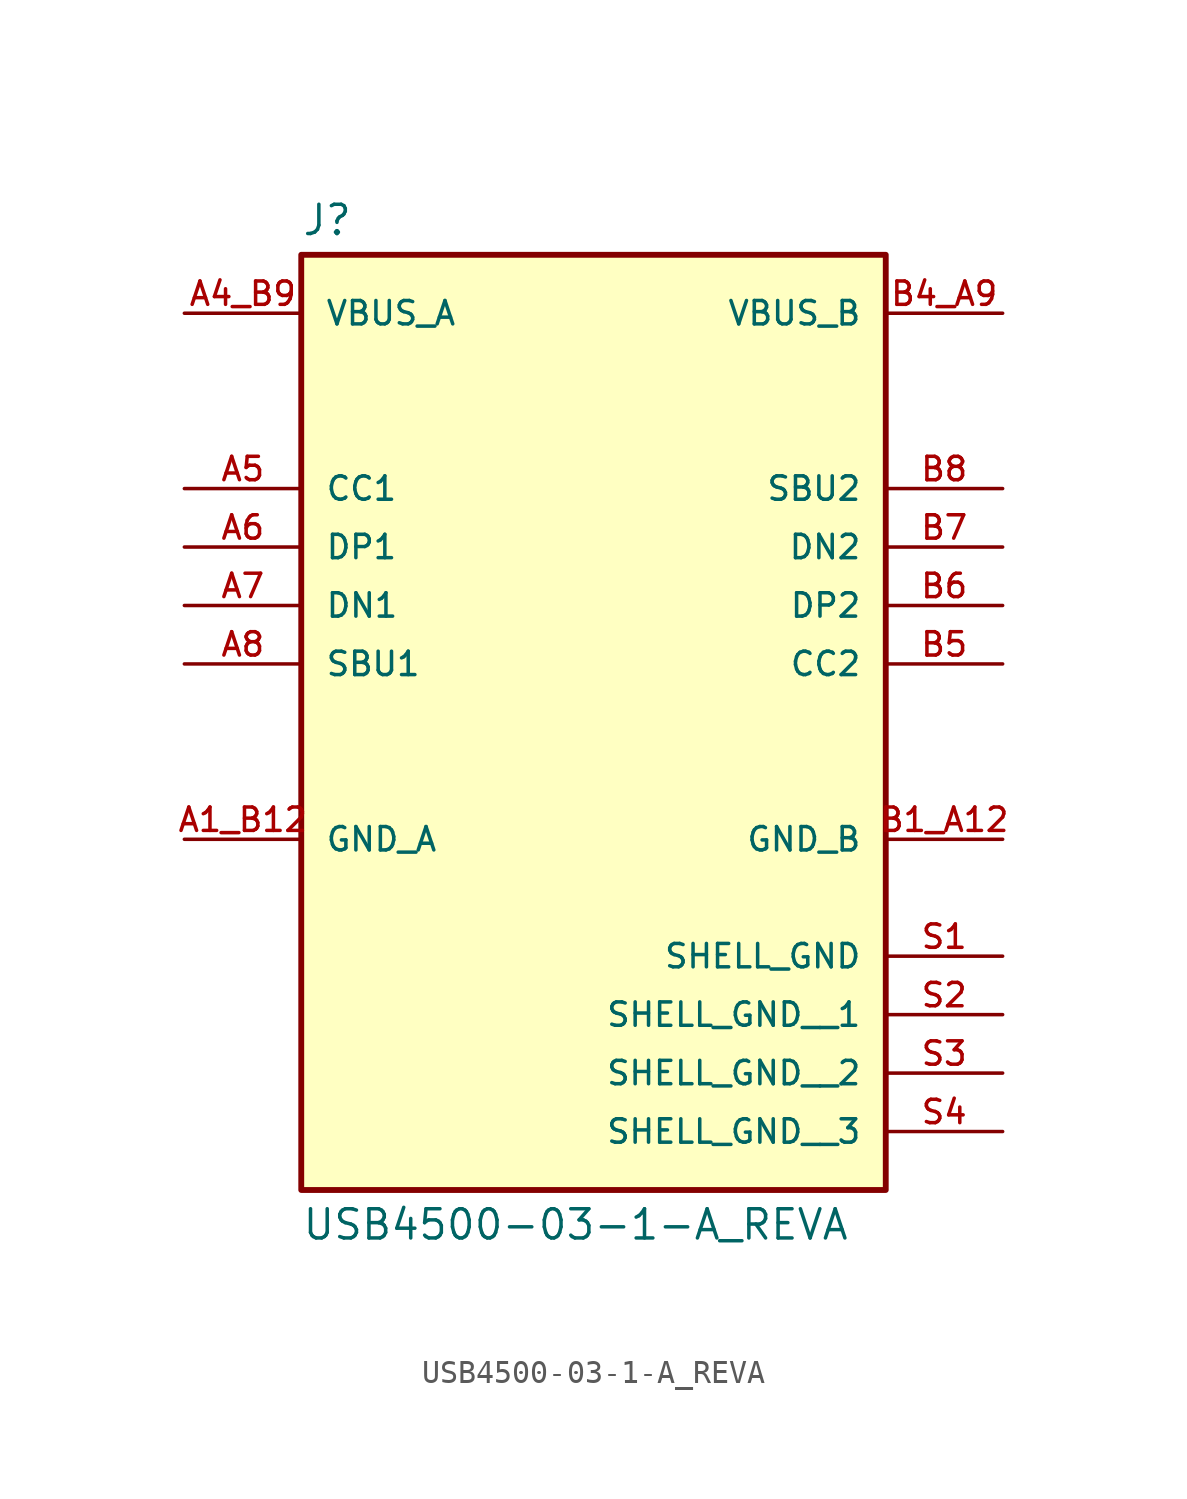
<source format=kicad_sym>
(kicad_symbol_lib
  (version 20211014)
  (generator kicad_symbol_editor)
  (symbol "USB4500-03-1-A_REVA"
    (pin_names
      (offset 1.016))
    (property "Reference" "J"
      (at -12.7 16.002 0)
      (effects (font (size 1.27 1.27)) (justify bottom left)))
    (property "Value" "USB4500-03-1-A_REVA"
      (at -12.7 -26.162 0.0)
      (effects (font (size 1.27 1.27)) (justify top left)))
    (symbol "USB4500-03-1-A_REVA_0_0"
      (rectangle (start -12.7 -25.4) (end 12.7 15.24) (stroke (width 0.254)) (fill (type background)))
      (pin power_in line (at -17.78 -10.16 0) (length 5.08) (name "GND_A" (effects (font (size 1.016 1.016)))) (number "A1_B12" (effects (font (size 1.016 1.016)))))
      (pin power_in line (at -17.78 12.7 0) (length 5.08) (name "VBUS_A" (effects (font (size 1.016 1.016)))) (number "A4_B9" (effects (font (size 1.016 1.016)))))
      (pin bidirectional line (at -17.78 2.54 0) (length 5.08) (name "DP1" (effects (font (size 1.016 1.016)))) (number "A6" (effects (font (size 1.016 1.016)))))
      (pin bidirectional line (at -17.78 5.08 0) (length 5.08) (name "CC1" (effects (font (size 1.016 1.016)))) (number "A5" (effects (font (size 1.016 1.016)))))
      (pin bidirectional line (at -17.78 -2.54 0) (length 5.08) (name "SBU1" (effects (font (size 1.016 1.016)))) (number "A8" (effects (font (size 1.016 1.016)))))
      (pin bidirectional line (at -17.78 0.0 0) (length 5.08) (name "DN1" (effects (font (size 1.016 1.016)))) (number "A7" (effects (font (size 1.016 1.016)))))
      (pin power_in line (at 17.78 -15.24 180.0) (length 5.08) (name "SHELL_GND" (effects (font (size 1.016 1.016)))) (number "S1" (effects (font (size 1.016 1.016)))))
      (pin power_in line (at 17.78 -10.16 180.0) (length 5.08) (name "GND_B" (effects (font (size 1.016 1.016)))) (number "B1_A12" (effects (font (size 1.016 1.016)))))
      (pin power_in line (at 17.78 12.7 180.0) (length 5.08) (name "VBUS_B" (effects (font (size 1.016 1.016)))) (number "B4_A9" (effects (font (size 1.016 1.016)))))
      (pin bidirectional line (at 17.78 0.0 180.0) (length 5.08) (name "DP2" (effects (font (size 1.016 1.016)))) (number "B6" (effects (font (size 1.016 1.016)))))
      (pin bidirectional line (at 17.78 -2.54 180.0) (length 5.08) (name "CC2" (effects (font (size 1.016 1.016)))) (number "B5" (effects (font (size 1.016 1.016)))))
      (pin bidirectional line (at 17.78 5.08 180.0) (length 5.08) (name "SBU2" (effects (font (size 1.016 1.016)))) (number "B8" (effects (font (size 1.016 1.016)))))
      (pin bidirectional line (at 17.78 2.54 180.0) (length 5.08) (name "DN2" (effects (font (size 1.016 1.016)))) (number "B7" (effects (font (size 1.016 1.016)))))
      (pin power_in line (at 17.78 -17.78 180.0) (length 5.08) (name "SHELL_GND__1" (effects (font (size 1.016 1.016)))) (number "S2" (effects (font (size 1.016 1.016)))))
      (pin power_in line (at 17.78 -20.32 180.0) (length 5.08) (name "SHELL_GND__2" (effects (font (size 1.016 1.016)))) (number "S3" (effects (font (size 1.016 1.016)))))
      (pin power_in line (at 17.78 -22.86 180.0) (length 5.08) (name "SHELL_GND__3" (effects (font (size 1.016 1.016)))) (number "S4" (effects (font (size 1.016 1.016))))))))
</source>
